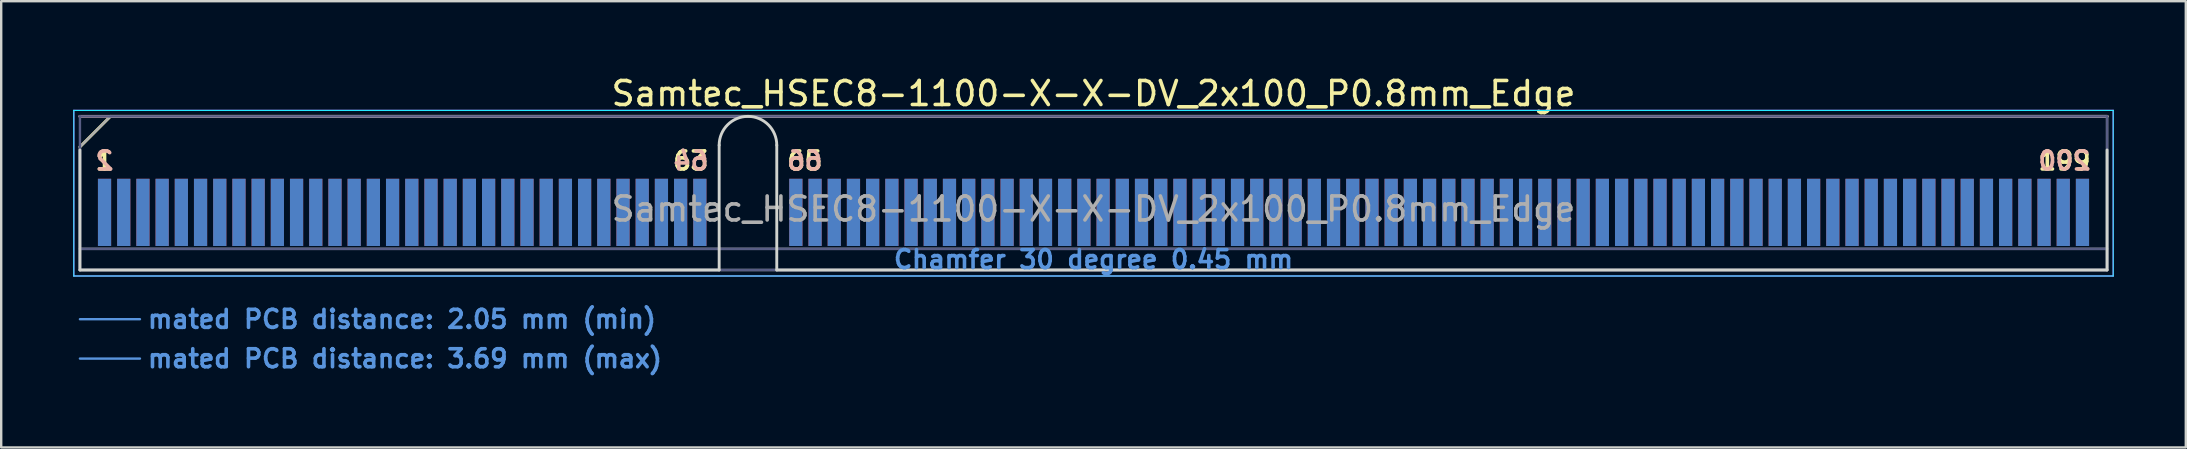
<source format=kicad_pcb>
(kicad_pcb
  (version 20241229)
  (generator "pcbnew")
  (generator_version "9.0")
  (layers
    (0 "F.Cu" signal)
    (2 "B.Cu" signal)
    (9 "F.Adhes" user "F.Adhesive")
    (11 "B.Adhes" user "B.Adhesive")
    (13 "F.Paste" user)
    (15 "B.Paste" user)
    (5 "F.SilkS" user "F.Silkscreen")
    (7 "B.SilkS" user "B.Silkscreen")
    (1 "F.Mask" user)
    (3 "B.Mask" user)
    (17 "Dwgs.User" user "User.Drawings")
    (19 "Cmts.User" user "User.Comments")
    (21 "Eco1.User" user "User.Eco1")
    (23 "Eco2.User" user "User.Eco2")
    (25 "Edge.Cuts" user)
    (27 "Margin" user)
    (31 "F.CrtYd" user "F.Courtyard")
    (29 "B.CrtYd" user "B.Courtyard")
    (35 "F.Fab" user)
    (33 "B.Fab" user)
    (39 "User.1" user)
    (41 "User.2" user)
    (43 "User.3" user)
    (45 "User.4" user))
  (footprint "Samtec_HSEC8-1100-X-X-DV_2x100_P0.8mm_Edge"
    (layer "F.Cu")
    (at 42.505 8.198)
    (property "Reference" "Samtec_HSEC8-1100-X-X-DV_2x100_P0.8mm_Edge" (at 0 -7.35 0) (layer "F.SilkS") (effects (font (size 1 1) (thickness 0.15))))
    (attr exclude_from_pos_files exclude_from_bom)
    (fp_line (start -42.225 -5.13) (end -40.955 -6.4) (stroke (width 0.12) (type solid)) (layer "F.SilkS"))
    (fp_line (start -40.955 -6.4) (end 42.225 -6.4) (stroke (width 0.12) (type solid)) (layer "F.SilkS"))
    (fp_line (start -42.225 -6.4) (end -42.225 -6.4) (stroke (width 0.12) (type solid)) (layer "B.SilkS"))
    (fp_line (start -42.225 -6.4) (end 42.225 -6.4) (stroke (width 0.12) (type solid)) (layer "B.SilkS"))
    (fp_line (start -42.225 2.05) (end -39.725 2.05) (stroke (width 0.1) (type solid)) (layer "Cmts.User"))
    (fp_line (start -42.225 3.69) (end -39.725 3.69) (stroke (width 0.1) (type solid)) (layer "Cmts.User"))
    (fp_line (start -42.225 -5) (end -42.225 0) (stroke (width 0.12) (type solid)) (layer "Edge.Cuts"))
    (fp_line (start -42.225 0) (end -15.595 0) (stroke (width 0.12) (type solid)) (layer "Edge.Cuts"))
    (fp_line (start -15.595 0) (end -15.595 -5.2) (stroke (width 0.12) (type solid)) (layer "Edge.Cuts"))
    (fp_line (start -13.195 -5.2) (end -13.195 0) (stroke (width 0.12) (type solid)) (layer "Edge.Cuts"))
    (fp_line (start -13.195 0) (end 42.225 0) (stroke (width 0.12) (type solid)) (layer "Edge.Cuts"))
    (fp_line (start 42.225 0) (end 42.225 -5) (stroke (width 0.12) (type solid)) (layer "Edge.Cuts"))
    (fp_arc (start -15.595 -5.2) (mid -14.395 -6.4) (end -13.195 -5.2) (stroke (width 0.12) (type solid)) (layer "Edge.Cuts"))
    (fp_line (start -42.48 -6.65) (end -42.48 0.25) (stroke (width 0.05) (type solid)) (layer "B.CrtYd"))
    (fp_line (start -42.48 0.25) (end 42.48 0.25) (stroke (width 0.05) (type solid)) (layer "B.CrtYd"))
    (fp_line (start 42.48 -6.65) (end -42.48 -6.65) (stroke (width 0.05) (type solid)) (layer "B.CrtYd"))
    (fp_line (start 42.48 0.25) (end 42.48 -6.65) (stroke (width 0.05) (type solid)) (layer "B.CrtYd"))
    (fp_line (start -42.48 -6.65) (end -42.48 0.25) (stroke (width 0.05) (type solid)) (layer "F.CrtYd"))
    (fp_line (start -42.48 0.25) (end 42.48 0.25) (stroke (width 0.05) (type solid)) (layer "F.CrtYd"))
    (fp_line (start 42.48 -6.65) (end -42.48 -6.65) (stroke (width 0.05) (type solid)) (layer "F.CrtYd"))
    (fp_line (start 42.48 0.25) (end 42.48 -6.65) (stroke (width 0.05) (type solid)) (layer "F.CrtYd"))
    (fp_line (start -42.225 -6.4) (end -42.225 -6.4) (stroke (width 0.1) (type solid)) (layer "B.Fab"))
    (fp_line (start -42.225 -6.4) (end -42.225 0) (stroke (width 0.1) (type solid)) (layer "B.Fab"))
    (fp_line (start -42.225 -6.4) (end 42.225 -6.4) (stroke (width 0.1) (type solid)) (layer "B.Fab"))
    (fp_line (start -42.225 -0.88) (end 42.225 -0.88) (stroke (width 0.1) (type solid)) (layer "B.Fab"))
    (fp_line (start -42.225 0) (end 42.225 0) (stroke (width 0.1) (type solid)) (layer "B.Fab"))
    (fp_line (start 42.225 -6.4) (end 42.225 0) (stroke (width 0.1) (type solid)) (layer "B.Fab"))
    (fp_line (start -42.225 -5.13) (end -42.225 0) (stroke (width 0.1) (type solid)) (layer "F.Fab"))
    (fp_line (start -42.225 -5.13) (end -40.955 -6.4) (stroke (width 0.1) (type solid)) (layer "F.Fab"))
    (fp_line (start -42.225 -0.88) (end 42.225 -0.88) (stroke (width 0.1) (type solid)) (layer "F.Fab"))
    (fp_line (start -42.225 0) (end 42.225 0) (stroke (width 0.1) (type solid)) (layer "F.Fab"))
    (fp_line (start -40.955 -6.4) (end 42.225 -6.4) (stroke (width 0.1) (type solid)) (layer "F.Fab"))
    (fp_line (start 42.225 -6.4) (end 42.225 0) (stroke (width 0.1) (type solid)) (layer "F.Fab"))
    (fp_text user "65" (at -12.025 -4.55 0) (layer "F.SilkS") (effects (font (size 0.75 0.75) (thickness 0.15))))
    (fp_text user "63" (at -16.775 -4.55 0) (layer "F.SilkS") (effects (font (size 0.75 0.75) (thickness 0.15))))
    (fp_text user "199" (at 40.45 -4.55 0) (layer "F.SilkS") (effects (font (size 0.75 0.75) (thickness 0.15))))
    (fp_text user "1" (at -41.2 -4.55 0) (layer "F.SilkS") (effects (font (size 0.75 0.75) (thickness 0.15))))
    (fp_text user "64" (at -16.775 -4.55 0) (layer "B.SilkS") (effects (font (size 0.75 0.75) (thickness 0.15)) (justify mirror)))
    (fp_text user "66" (at -12.025 -4.55 0) (layer "B.SilkS") (effects (font (size 0.75 0.75) (thickness 0.15)) (justify mirror)))
    (fp_text user "200" (at 40.45 -4.55 0) (layer "B.SilkS") (effects (font (size 0.75 0.75) (thickness 0.15)) (justify mirror)))
    (fp_text user "2" (at -41.2 -4.55 0) (layer "B.SilkS") (effects (font (size 0.75 0.75) (thickness 0.15)) (justify mirror)))
    (fp_text user "mated PCB distance: 2.05 mm (min)" (at -39.48 2.05 0) (layer "Cmts.User") (effects (font (size 0.75 0.75) (thickness 0.15)) (justify left)))
    (fp_text user "Chamfer 30 degree 0.45 mm" (at 0 -0.44 0) (layer "Cmts.User") (effects (font (size 0.75 0.75) (thickness 0.15))))
    (fp_text user "mated PCB distance: 3.69 mm (max)" (at -39.48 3.69 0) (layer "Cmts.User") (effects (font (size 0.75 0.75) (thickness 0.15)) (justify left)))
    (fp_text user "${REFERENCE}" (at 0 -2.54 0) (layer "F.Fab") (effects (font (size 1 1) (thickness 0.15))))
    (pad "1" connect rect (at -41.2 -2.4) (size 0.55 2.8) (layers "F.Cu" "F.Mask"))
    (pad "2" connect rect (at -41.2 -2.4) (size 0.55 2.8) (layers "B.Cu" "B.Mask"))
    (pad "3" connect rect (at -40.4 -2.4) (size 0.55 2.8) (layers "F.Cu" "F.Mask"))
    (pad "4" connect rect (at -40.4 -2.4) (size 0.55 2.8) (layers "B.Cu" "B.Mask"))
    (pad "5" connect rect (at -39.6 -2.4) (size 0.55 2.8) (layers "F.Cu" "F.Mask"))
    (pad "6" connect rect (at -39.6 -2.4) (size 0.55 2.8) (layers "B.Cu" "B.Mask"))
    (pad "7" connect rect (at -38.8 -2.4) (size 0.55 2.8) (layers "F.Cu" "F.Mask"))
    (pad "8" connect rect (at -38.8 -2.4) (size 0.55 2.8) (layers "B.Cu" "B.Mask"))
    (pad "9" connect rect (at -38 -2.4) (size 0.55 2.8) (layers "F.Cu" "F.Mask"))
    (pad "10" connect rect (at -38 -2.4) (size 0.55 2.8) (layers "B.Cu" "B.Mask"))
    (pad "11" connect rect (at -37.2 -2.4) (size 0.55 2.8) (layers "F.Cu" "F.Mask"))
    (pad "12" connect rect (at -37.2 -2.4) (size 0.55 2.8) (layers "B.Cu" "B.Mask"))
    (pad "13" connect rect (at -36.4 -2.4) (size 0.55 2.8) (layers "F.Cu" "F.Mask"))
    (pad "14" connect rect (at -36.4 -2.4) (size 0.55 2.8) (layers "B.Cu" "B.Mask"))
    (pad "15" connect rect (at -35.6 -2.4) (size 0.55 2.8) (layers "F.Cu" "F.Mask"))
    (pad "16" connect rect (at -35.6 -2.4) (size 0.55 2.8) (layers "B.Cu" "B.Mask"))
    (pad "17" connect rect (at -34.8 -2.4) (size 0.55 2.8) (layers "F.Cu" "F.Mask"))
    (pad "18" connect rect (at -34.8 -2.4) (size 0.55 2.8) (layers "B.Cu" "B.Mask"))
    (pad "19" connect rect (at -34 -2.4) (size 0.55 2.8) (layers "F.Cu" "F.Mask"))
    (pad "20" connect rect (at -34 -2.4) (size 0.55 2.8) (layers "B.Cu" "B.Mask"))
    (pad "21" connect rect (at -33.2 -2.4) (size 0.55 2.8) (layers "F.Cu" "F.Mask"))
    (pad "22" connect rect (at -33.2 -2.4) (size 0.55 2.8) (layers "B.Cu" "B.Mask"))
    (pad "23" connect rect (at -32.4 -2.4) (size 0.55 2.8) (layers "F.Cu" "F.Mask"))
    (pad "24" connect rect (at -32.4 -2.4) (size 0.55 2.8) (layers "B.Cu" "B.Mask"))
    (pad "25" connect rect (at -31.6 -2.4) (size 0.55 2.8) (layers "F.Cu" "F.Mask"))
    (pad "26" connect rect (at -31.6 -2.4) (size 0.55 2.8) (layers "B.Cu" "B.Mask"))
    (pad "27" connect rect (at -30.8 -2.4) (size 0.55 2.8) (layers "F.Cu" "F.Mask"))
    (pad "28" connect rect (at -30.8 -2.4) (size 0.55 2.8) (layers "B.Cu" "B.Mask"))
    (pad "29" connect rect (at -30 -2.4) (size 0.55 2.8) (layers "F.Cu" "F.Mask"))
    (pad "30" connect rect (at -30 -2.4) (size 0.55 2.8) (layers "B.Cu" "B.Mask"))
    (pad "31" connect rect (at -29.2 -2.4) (size 0.55 2.8) (layers "F.Cu" "F.Mask"))
    (pad "32" connect rect (at -29.2 -2.4) (size 0.55 2.8) (layers "B.Cu" "B.Mask"))
    (pad "33" connect rect (at -28.4 -2.4) (size 0.55 2.8) (layers "F.Cu" "F.Mask"))
    (pad "34" connect rect (at -28.4 -2.4) (size 0.55 2.8) (layers "B.Cu" "B.Mask"))
    (pad "35" connect rect (at -27.6 -2.4) (size 0.55 2.8) (layers "F.Cu" "F.Mask"))
    (pad "36" connect rect (at -27.6 -2.4) (size 0.55 2.8) (layers "B.Cu" "B.Mask"))
    (pad "37" connect rect (at -26.8 -2.4) (size 0.55 2.8) (layers "F.Cu" "F.Mask"))
    (pad "38" connect rect (at -26.8 -2.4) (size 0.55 2.8) (layers "B.Cu" "B.Mask"))
    (pad "39" connect rect (at -26 -2.4) (size 0.55 2.8) (layers "F.Cu" "F.Mask"))
    (pad "40" connect rect (at -26 -2.4) (size 0.55 2.8) (layers "B.Cu" "B.Mask"))
    (pad "41" connect rect (at -25.2 -2.4) (size 0.55 2.8) (layers "F.Cu" "F.Mask"))
    (pad "42" connect rect (at -25.2 -2.4) (size 0.55 2.8) (layers "B.Cu" "B.Mask"))
    (pad "43" connect rect (at -24.4 -2.4) (size 0.55 2.8) (layers "F.Cu" "F.Mask"))
    (pad "44" connect rect (at -24.4 -2.4) (size 0.55 2.8) (layers "B.Cu" "B.Mask"))
    (pad "45" connect rect (at -23.6 -2.4) (size 0.55 2.8) (layers "F.Cu" "F.Mask"))
    (pad "46" connect rect (at -23.6 -2.4) (size 0.55 2.8) (layers "B.Cu" "B.Mask"))
    (pad "47" connect rect (at -22.8 -2.4) (size 0.55 2.8) (layers "F.Cu" "F.Mask"))
    (pad "48" connect rect (at -22.8 -2.4) (size 0.55 2.8) (layers "B.Cu" "B.Mask"))
    (pad "49" connect rect (at -22 -2.4) (size 0.55 2.8) (layers "F.Cu" "F.Mask"))
    (pad "50" connect rect (at -22 -2.4) (size 0.55 2.8) (layers "B.Cu" "B.Mask"))
    (pad "51" connect rect (at -21.2 -2.4) (size 0.55 2.8) (layers "F.Cu" "F.Mask"))
    (pad "52" connect rect (at -21.2 -2.4) (size 0.55 2.8) (layers "B.Cu" "B.Mask"))
    (pad "53" connect rect (at -20.4 -2.4) (size 0.55 2.8) (layers "F.Cu" "F.Mask"))
    (pad "54" connect rect (at -20.4 -2.4) (size 0.55 2.8) (layers "B.Cu" "B.Mask"))
    (pad "55" connect rect (at -19.6 -2.4) (size 0.55 2.8) (layers "F.Cu" "F.Mask"))
    (pad "56" connect rect (at -19.6 -2.4) (size 0.55 2.8) (layers "B.Cu" "B.Mask"))
    (pad "57" connect rect (at -18.8 -2.4) (size 0.55 2.8) (layers "F.Cu" "F.Mask"))
    (pad "58" connect rect (at -18.8 -2.4) (size 0.55 2.8) (layers "B.Cu" "B.Mask"))
    (pad "59" connect rect (at -18 -2.4) (size 0.55 2.8) (layers "F.Cu" "F.Mask"))
    (pad "60" connect rect (at -18 -2.4) (size 0.55 2.8) (layers "B.Cu" "B.Mask"))
    (pad "61" connect rect (at -17.2 -2.4) (size 0.55 2.8) (layers "F.Cu" "F.Mask"))
    (pad "62" connect rect (at -17.2 -2.4) (size 0.55 2.8) (layers "B.Cu" "B.Mask"))
    (pad "63" connect rect (at -16.4 -2.4) (size 0.55 2.8) (layers "F.Cu" "F.Mask"))
    (pad "64" connect rect (at -16.4 -2.4) (size 0.55 2.8) (layers "B.Cu" "B.Mask"))
    (pad "65" connect rect (at -12.4 -2.4) (size 0.55 2.8) (layers "F.Cu" "F.Mask"))
    (pad "66" connect rect (at -12.4 -2.4) (size 0.55 2.8) (layers "B.Cu" "B.Mask"))
    (pad "67" connect rect (at -11.6 -2.4) (size 0.55 2.8) (layers "F.Cu" "F.Mask"))
    (pad "68" connect rect (at -11.6 -2.4) (size 0.55 2.8) (layers "B.Cu" "B.Mask"))
    (pad "69" connect rect (at -10.8 -2.4) (size 0.55 2.8) (layers "F.Cu" "F.Mask"))
    (pad "70" connect rect (at -10.8 -2.4) (size 0.55 2.8) (layers "B.Cu" "B.Mask"))
    (pad "71" connect rect (at -10 -2.4) (size 0.55 2.8) (layers "F.Cu" "F.Mask"))
    (pad "72" connect rect (at -10 -2.4) (size 0.55 2.8) (layers "B.Cu" "B.Mask"))
    (pad "73" connect rect (at -9.2 -2.4) (size 0.55 2.8) (layers "F.Cu" "F.Mask"))
    (pad "74" connect rect (at -9.2 -2.4) (size 0.55 2.8) (layers "B.Cu" "B.Mask"))
    (pad "75" connect rect (at -8.4 -2.4) (size 0.55 2.8) (layers "F.Cu" "F.Mask"))
    (pad "76" connect rect (at -8.4 -2.4) (size 0.55 2.8) (layers "B.Cu" "B.Mask"))
    (pad "77" connect rect (at -7.6 -2.4) (size 0.55 2.8) (layers "F.Cu" "F.Mask"))
    (pad "78" connect rect (at -7.6 -2.4) (size 0.55 2.8) (layers "B.Cu" "B.Mask"))
    (pad "79" connect rect (at -6.8 -2.4) (size 0.55 2.8) (layers "F.Cu" "F.Mask"))
    (pad "80" connect rect (at -6.8 -2.4) (size 0.55 2.8) (layers "B.Cu" "B.Mask"))
    (pad "81" connect rect (at -6 -2.4) (size 0.55 2.8) (layers "F.Cu" "F.Mask"))
    (pad "82" connect rect (at -6 -2.4) (size 0.55 2.8) (layers "B.Cu" "B.Mask"))
    (pad "83" connect rect (at -5.2 -2.4) (size 0.55 2.8) (layers "F.Cu" "F.Mask"))
    (pad "84" connect rect (at -5.2 -2.4) (size 0.55 2.8) (layers "B.Cu" "B.Mask"))
    (pad "85" connect rect (at -4.4 -2.4) (size 0.55 2.8) (layers "F.Cu" "F.Mask"))
    (pad "86" connect rect (at -4.4 -2.4) (size 0.55 2.8) (layers "B.Cu" "B.Mask"))
    (pad "87" connect rect (at -3.6 -2.4) (size 0.55 2.8) (layers "F.Cu" "F.Mask"))
    (pad "88" connect rect (at -3.6 -2.4) (size 0.55 2.8) (layers "B.Cu" "B.Mask"))
    (pad "89" connect rect (at -2.8 -2.4) (size 0.55 2.8) (layers "F.Cu" "F.Mask"))
    (pad "90" connect rect (at -2.8 -2.4) (size 0.55 2.8) (layers "B.Cu" "B.Mask"))
    (pad "91" connect rect (at -2 -2.4) (size 0.55 2.8) (layers "F.Cu" "F.Mask"))
    (pad "92" connect rect (at -2 -2.4) (size 0.55 2.8) (layers "B.Cu" "B.Mask"))
    (pad "93" connect rect (at -1.2 -2.4) (size 0.55 2.8) (layers "F.Cu" "F.Mask"))
    (pad "94" connect rect (at -1.2 -2.4) (size 0.55 2.8) (layers "B.Cu" "B.Mask"))
    (pad "95" connect rect (at -0.4 -2.4) (size 0.55 2.8) (layers "F.Cu" "F.Mask"))
    (pad "96" connect rect (at -0.4 -2.4) (size 0.55 2.8) (layers "B.Cu" "B.Mask"))
    (pad "97" connect rect (at 0.4 -2.4) (size 0.55 2.8) (layers "F.Cu" "F.Mask"))
    (pad "98" connect rect (at 0.4 -2.4) (size 0.55 2.8) (layers "B.Cu" "B.Mask"))
    (pad "99" connect rect (at 1.2 -2.4) (size 0.55 2.8) (layers "F.Cu" "F.Mask"))
    (pad "100" connect rect (at 1.2 -2.4) (size 0.55 2.8) (layers "B.Cu" "B.Mask"))
    (pad "101" connect rect (at 2 -2.4) (size 0.55 2.8) (layers "F.Cu" "F.Mask"))
    (pad "102" connect rect (at 2 -2.4) (size 0.55 2.8) (layers "B.Cu" "B.Mask"))
    (pad "103" connect rect (at 2.8 -2.4) (size 0.55 2.8) (layers "F.Cu" "F.Mask"))
    (pad "104" connect rect (at 2.8 -2.4) (size 0.55 2.8) (layers "B.Cu" "B.Mask"))
    (pad "105" connect rect (at 3.6 -2.4) (size 0.55 2.8) (layers "F.Cu" "F.Mask"))
    (pad "106" connect rect (at 3.6 -2.4) (size 0.55 2.8) (layers "B.Cu" "B.Mask"))
    (pad "107" connect rect (at 4.4 -2.4) (size 0.55 2.8) (layers "F.Cu" "F.Mask"))
    (pad "108" connect rect (at 4.4 -2.4) (size 0.55 2.8) (layers "B.Cu" "B.Mask"))
    (pad "109" connect rect (at 5.2 -2.4) (size 0.55 2.8) (layers "F.Cu" "F.Mask"))
    (pad "110" connect rect (at 5.2 -2.4) (size 0.55 2.8) (layers "B.Cu" "B.Mask"))
    (pad "111" connect rect (at 6 -2.4) (size 0.55 2.8) (layers "F.Cu" "F.Mask"))
    (pad "112" connect rect (at 6 -2.4) (size 0.55 2.8) (layers "B.Cu" "B.Mask"))
    (pad "113" connect rect (at 6.8 -2.4) (size 0.55 2.8) (layers "F.Cu" "F.Mask"))
    (pad "114" connect rect (at 6.8 -2.4) (size 0.55 2.8) (layers "B.Cu" "B.Mask"))
    (pad "115" connect rect (at 7.6 -2.4) (size 0.55 2.8) (layers "F.Cu" "F.Mask"))
    (pad "116" connect rect (at 7.6 -2.4) (size 0.55 2.8) (layers "B.Cu" "B.Mask"))
    (pad "117" connect rect (at 8.4 -2.4) (size 0.55 2.8) (layers "F.Cu" "F.Mask"))
    (pad "118" connect rect (at 8.4 -2.4) (size 0.55 2.8) (layers "B.Cu" "B.Mask"))
    (pad "119" connect rect (at 9.2 -2.4) (size 0.55 2.8) (layers "F.Cu" "F.Mask"))
    (pad "120" connect rect (at 9.2 -2.4) (size 0.55 2.8) (layers "B.Cu" "B.Mask"))
    (pad "121" connect rect (at 10 -2.4) (size 0.55 2.8) (layers "F.Cu" "F.Mask"))
    (pad "122" connect rect (at 10 -2.4) (size 0.55 2.8) (layers "B.Cu" "B.Mask"))
    (pad "123" connect rect (at 10.8 -2.4) (size 0.55 2.8) (layers "F.Cu" "F.Mask"))
    (pad "124" connect rect (at 10.8 -2.4) (size 0.55 2.8) (layers "B.Cu" "B.Mask"))
    (pad "125" connect rect (at 11.6 -2.4) (size 0.55 2.8) (layers "F.Cu" "F.Mask"))
    (pad "126" connect rect (at 11.6 -2.4) (size 0.55 2.8) (layers "B.Cu" "B.Mask"))
    (pad "127" connect rect (at 12.4 -2.4) (size 0.55 2.8) (layers "F.Cu" "F.Mask"))
    (pad "128" connect rect (at 12.4 -2.4) (size 0.55 2.8) (layers "B.Cu" "B.Mask"))
    (pad "129" connect rect (at 13.2 -2.4) (size 0.55 2.8) (layers "F.Cu" "F.Mask"))
    (pad "130" connect rect (at 13.2 -2.4) (size 0.55 2.8) (layers "B.Cu" "B.Mask"))
    (pad "131" connect rect (at 14 -2.4) (size 0.55 2.8) (layers "F.Cu" "F.Mask"))
    (pad "132" connect rect (at 14 -2.4) (size 0.55 2.8) (layers "B.Cu" "B.Mask"))
    (pad "133" connect rect (at 14.8 -2.4) (size 0.55 2.8) (layers "F.Cu" "F.Mask"))
    (pad "134" connect rect (at 14.8 -2.4) (size 0.55 2.8) (layers "B.Cu" "B.Mask"))
    (pad "135" connect rect (at 15.6 -2.4) (size 0.55 2.8) (layers "F.Cu" "F.Mask"))
    (pad "136" connect rect (at 15.6 -2.4) (size 0.55 2.8) (layers "B.Cu" "B.Mask"))
    (pad "137" connect rect (at 16.4 -2.4) (size 0.55 2.8) (layers "F.Cu" "F.Mask"))
    (pad "138" connect rect (at 16.4 -2.4) (size 0.55 2.8) (layers "B.Cu" "B.Mask"))
    (pad "139" connect rect (at 17.2 -2.4) (size 0.55 2.8) (layers "F.Cu" "F.Mask"))
    (pad "140" connect rect (at 17.2 -2.4) (size 0.55 2.8) (layers "B.Cu" "B.Mask"))
    (pad "141" connect rect (at 18 -2.4) (size 0.55 2.8) (layers "F.Cu" "F.Mask"))
    (pad "142" connect rect (at 18 -2.4) (size 0.55 2.8) (layers "B.Cu" "B.Mask"))
    (pad "143" connect rect (at 18.8 -2.4) (size 0.55 2.8) (layers "F.Cu" "F.Mask"))
    (pad "144" connect rect (at 18.8 -2.4) (size 0.55 2.8) (layers "B.Cu" "B.Mask"))
    (pad "145" connect rect (at 19.6 -2.4) (size 0.55 2.8) (layers "F.Cu" "F.Mask"))
    (pad "146" connect rect (at 19.6 -2.4) (size 0.55 2.8) (layers "B.Cu" "B.Mask"))
    (pad "147" connect rect (at 20.4 -2.4) (size 0.55 2.8) (layers "F.Cu" "F.Mask"))
    (pad "148" connect rect (at 20.4 -2.4) (size 0.55 2.8) (layers "B.Cu" "B.Mask"))
    (pad "149" connect rect (at 21.2 -2.4) (size 0.55 2.8) (layers "F.Cu" "F.Mask"))
    (pad "150" connect rect (at 21.2 -2.4) (size 0.55 2.8) (layers "B.Cu" "B.Mask"))
    (pad "151" connect rect (at 22 -2.4) (size 0.55 2.8) (layers "F.Cu" "F.Mask"))
    (pad "152" connect rect (at 22 -2.4) (size 0.55 2.8) (layers "B.Cu" "B.Mask"))
    (pad "153" connect rect (at 22.8 -2.4) (size 0.55 2.8) (layers "F.Cu" "F.Mask"))
    (pad "154" connect rect (at 22.8 -2.4) (size 0.55 2.8) (layers "B.Cu" "B.Mask"))
    (pad "155" connect rect (at 23.6 -2.4) (size 0.55 2.8) (layers "F.Cu" "F.Mask"))
    (pad "156" connect rect (at 23.6 -2.4) (size 0.55 2.8) (layers "B.Cu" "B.Mask"))
    (pad "157" connect rect (at 24.4 -2.4) (size 0.55 2.8) (layers "F.Cu" "F.Mask"))
    (pad "158" connect rect (at 24.4 -2.4) (size 0.55 2.8) (layers "B.Cu" "B.Mask"))
    (pad "159" connect rect (at 25.2 -2.4) (size 0.55 2.8) (layers "F.Cu" "F.Mask"))
    (pad "160" connect rect (at 25.2 -2.4) (size 0.55 2.8) (layers "B.Cu" "B.Mask"))
    (pad "161" connect rect (at 26 -2.4) (size 0.55 2.8) (layers "F.Cu" "F.Mask"))
    (pad "162" connect rect (at 26 -2.4) (size 0.55 2.8) (layers "B.Cu" "B.Mask"))
    (pad "163" connect rect (at 26.8 -2.4) (size 0.55 2.8) (layers "F.Cu" "F.Mask"))
    (pad "164" connect rect (at 26.8 -2.4) (size 0.55 2.8) (layers "B.Cu" "B.Mask"))
    (pad "165" connect rect (at 27.6 -2.4) (size 0.55 2.8) (layers "F.Cu" "F.Mask"))
    (pad "166" connect rect (at 27.6 -2.4) (size 0.55 2.8) (layers "B.Cu" "B.Mask"))
    (pad "167" connect rect (at 28.4 -2.4) (size 0.55 2.8) (layers "F.Cu" "F.Mask"))
    (pad "168" connect rect (at 28.4 -2.4) (size 0.55 2.8) (layers "B.Cu" "B.Mask"))
    (pad "169" connect rect (at 29.2 -2.4) (size 0.55 2.8) (layers "F.Cu" "F.Mask"))
    (pad "170" connect rect (at 29.2 -2.4) (size 0.55 2.8) (layers "B.Cu" "B.Mask"))
    (pad "171" connect rect (at 30 -2.4) (size 0.55 2.8) (layers "F.Cu" "F.Mask"))
    (pad "172" connect rect (at 30 -2.4) (size 0.55 2.8) (layers "B.Cu" "B.Mask"))
    (pad "173" connect rect (at 30.8 -2.4) (size 0.55 2.8) (layers "F.Cu" "F.Mask"))
    (pad "174" connect rect (at 30.8 -2.4) (size 0.55 2.8) (layers "B.Cu" "B.Mask"))
    (pad "175" connect rect (at 31.6 -2.4) (size 0.55 2.8) (layers "F.Cu" "F.Mask"))
    (pad "176" connect rect (at 31.6 -2.4) (size 0.55 2.8) (layers "B.Cu" "B.Mask"))
    (pad "177" connect rect (at 32.4 -2.4) (size 0.55 2.8) (layers "F.Cu" "F.Mask"))
    (pad "178" connect rect (at 32.4 -2.4) (size 0.55 2.8) (layers "B.Cu" "B.Mask"))
    (pad "179" connect rect (at 33.2 -2.4) (size 0.55 2.8) (layers "F.Cu" "F.Mask"))
    (pad "180" connect rect (at 33.2 -2.4) (size 0.55 2.8) (layers "B.Cu" "B.Mask"))
    (pad "181" connect rect (at 34 -2.4) (size 0.55 2.8) (layers "F.Cu" "F.Mask"))
    (pad "182" connect rect (at 34 -2.4) (size 0.55 2.8) (layers "B.Cu" "B.Mask"))
    (pad "183" connect rect (at 34.8 -2.4) (size 0.55 2.8) (layers "F.Cu" "F.Mask"))
    (pad "184" connect rect (at 34.8 -2.4) (size 0.55 2.8) (layers "B.Cu" "B.Mask"))
    (pad "185" connect rect (at 35.6 -2.4) (size 0.55 2.8) (layers "F.Cu" "F.Mask"))
    (pad "186" connect rect (at 35.6 -2.4) (size 0.55 2.8) (layers "B.Cu" "B.Mask"))
    (pad "187" connect rect (at 36.4 -2.4) (size 0.55 2.8) (layers "F.Cu" "F.Mask"))
    (pad "188" connect rect (at 36.4 -2.4) (size 0.55 2.8) (layers "B.Cu" "B.Mask"))
    (pad "189" connect rect (at 37.2 -2.4) (size 0.55 2.8) (layers "F.Cu" "F.Mask"))
    (pad "190" connect rect (at 37.2 -2.4) (size 0.55 2.8) (layers "B.Cu" "B.Mask"))
    (pad "191" connect rect (at 38 -2.4) (size 0.55 2.8) (layers "F.Cu" "F.Mask"))
    (pad "192" connect rect (at 38 -2.4) (size 0.55 2.8) (layers "B.Cu" "B.Mask"))
    (pad "193" connect rect (at 38.8 -2.4) (size 0.55 2.8) (layers "F.Cu" "F.Mask"))
    (pad "194" connect rect (at 38.8 -2.4) (size 0.55 2.8) (layers "B.Cu" "B.Mask"))
    (pad "195" connect rect (at 39.6 -2.4) (size 0.55 2.8) (layers "F.Cu" "F.Mask"))
    (pad "196" connect rect (at 39.6 -2.4) (size 0.55 2.8) (layers "B.Cu" "B.Mask"))
    (pad "197" connect rect (at 40.4 -2.4) (size 0.55 2.8) (layers "F.Cu" "F.Mask"))
    (pad "198" connect rect (at 40.4 -2.4) (size 0.55 2.8) (layers "B.Cu" "B.Mask"))
    (pad "199" connect rect (at 41.2 -2.4) (size 0.55 2.8) (layers "F.Cu" "F.Mask"))
    (pad "200" connect rect (at 41.2 -2.4) (size 0.55 2.8) (layers "B.Cu" "B.Mask")))
  (gr_rect
    (start -3 -3)
    (end 88.01 15.59)
    (stroke (width 0.1) (type default))
    (fill no)
    (layer "Edge.Cuts")))
</source>
